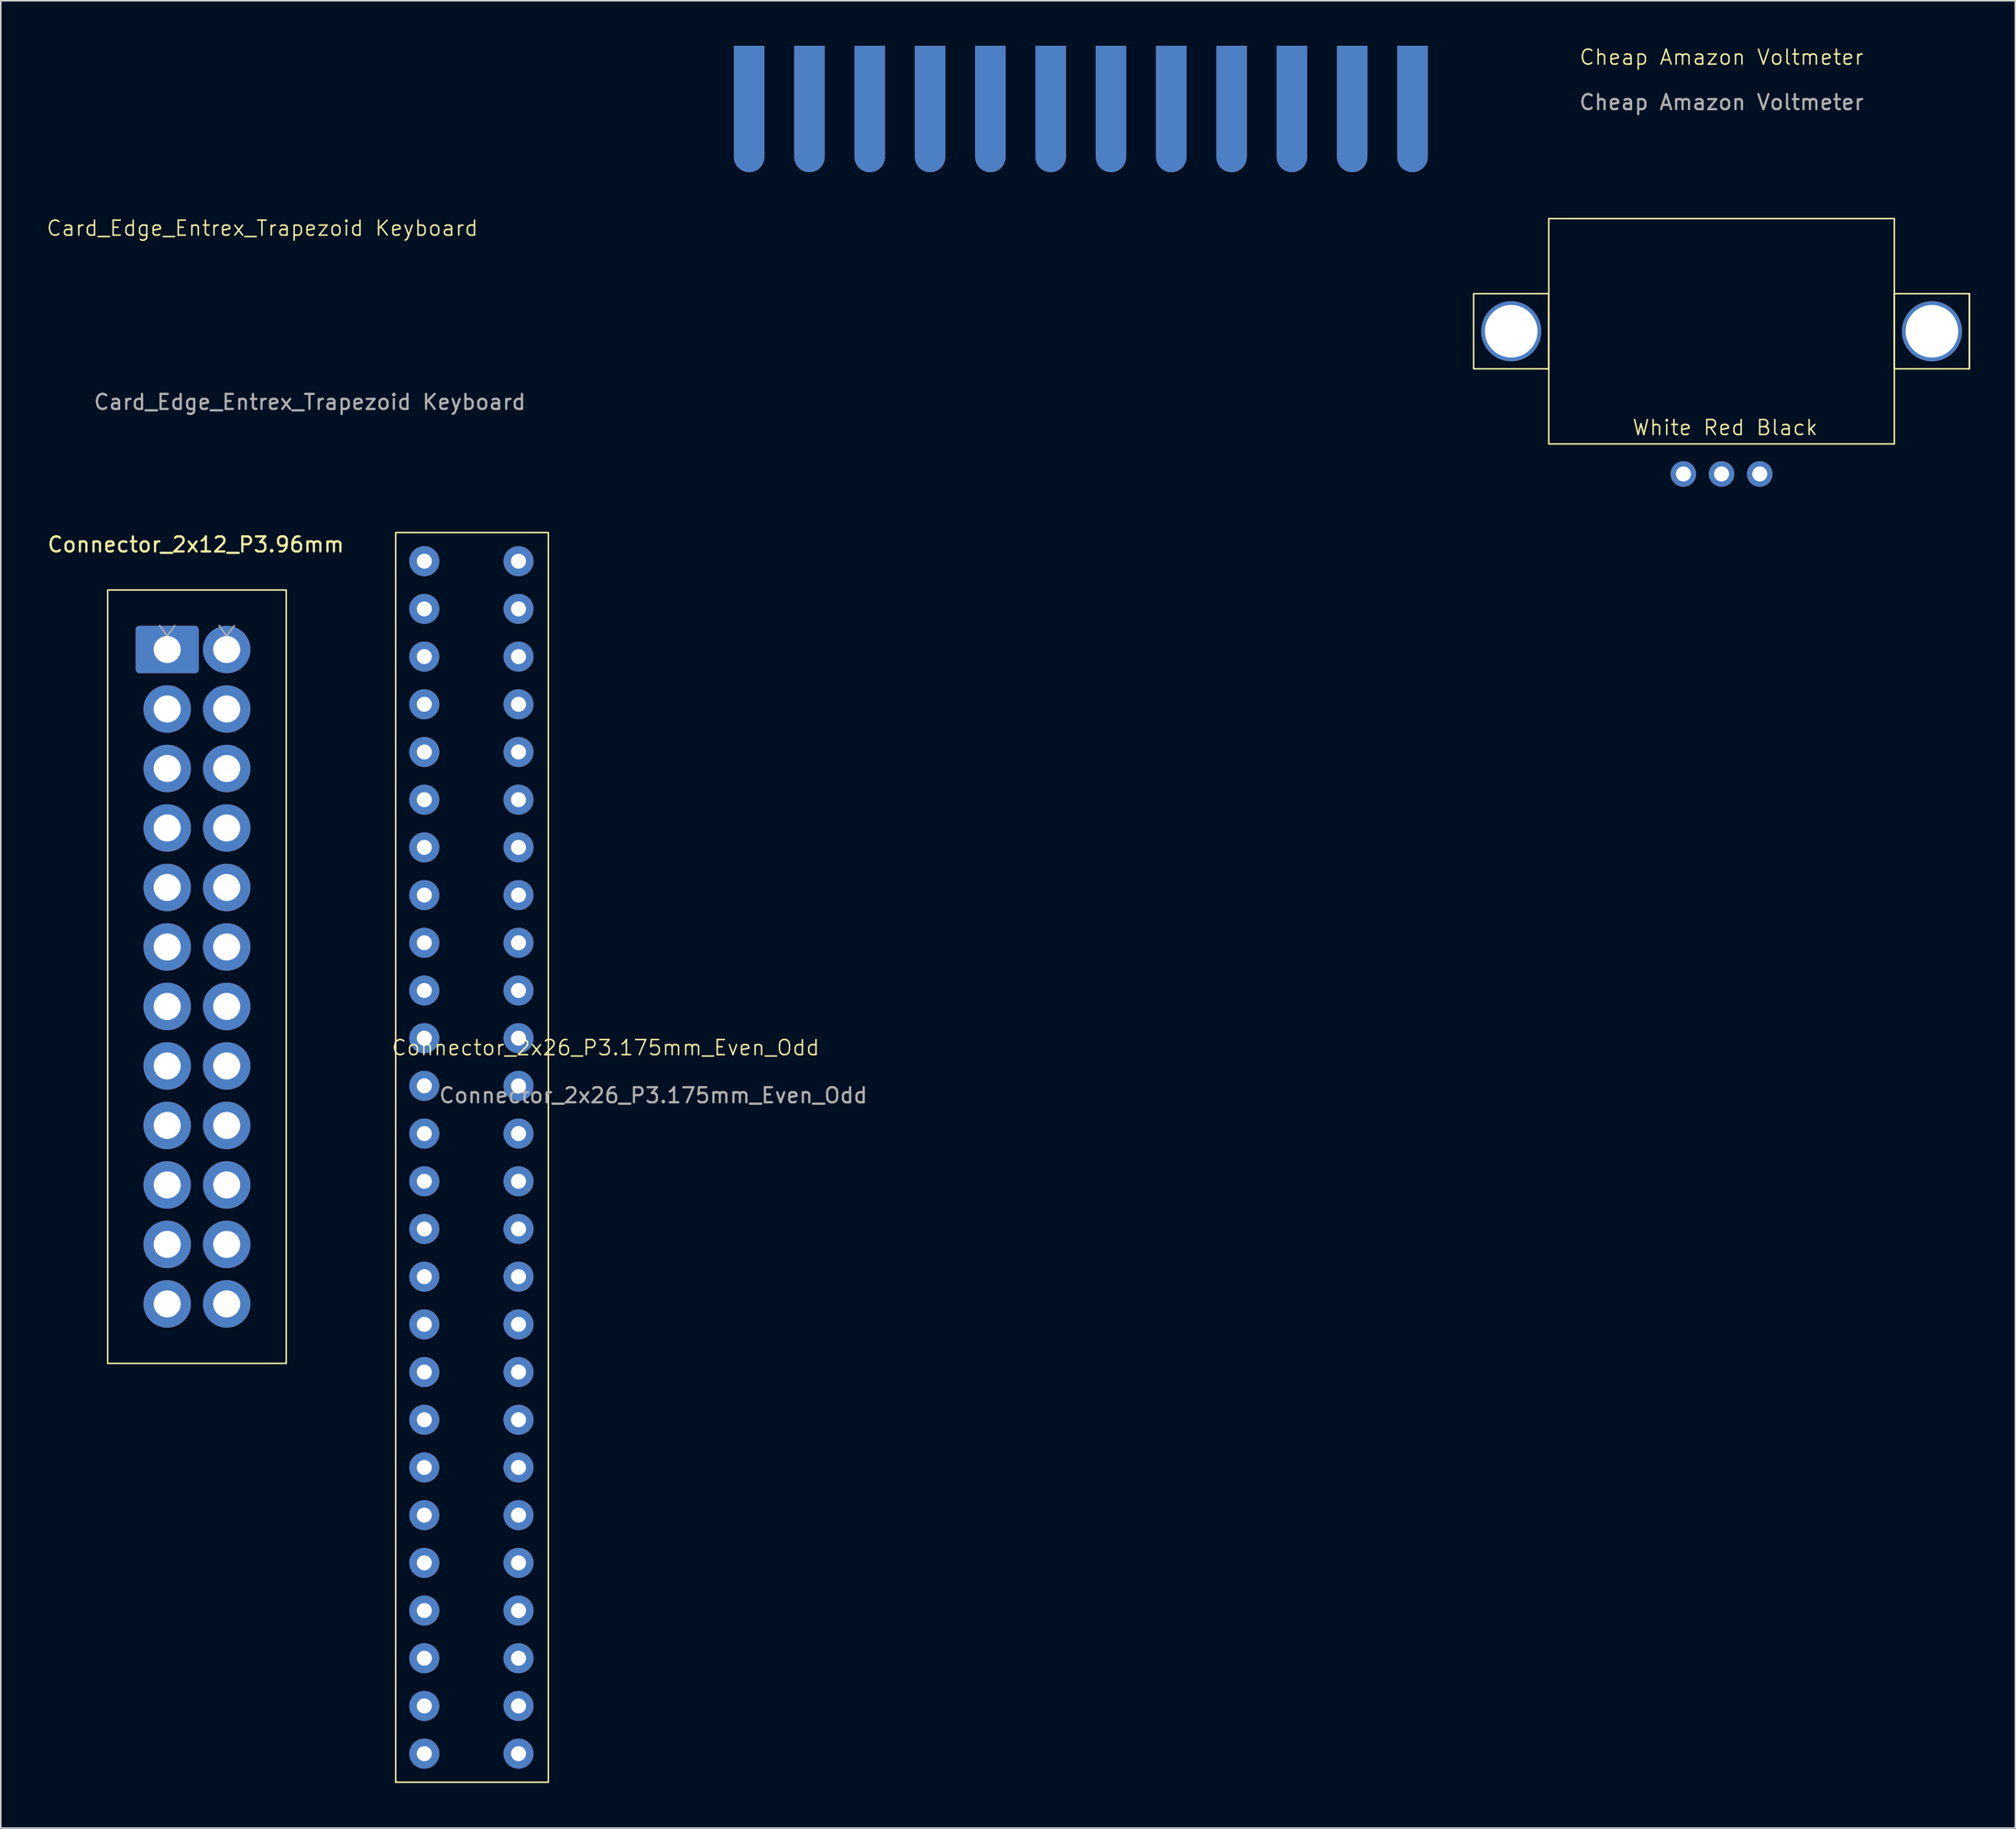
<source format=kicad_pcb>
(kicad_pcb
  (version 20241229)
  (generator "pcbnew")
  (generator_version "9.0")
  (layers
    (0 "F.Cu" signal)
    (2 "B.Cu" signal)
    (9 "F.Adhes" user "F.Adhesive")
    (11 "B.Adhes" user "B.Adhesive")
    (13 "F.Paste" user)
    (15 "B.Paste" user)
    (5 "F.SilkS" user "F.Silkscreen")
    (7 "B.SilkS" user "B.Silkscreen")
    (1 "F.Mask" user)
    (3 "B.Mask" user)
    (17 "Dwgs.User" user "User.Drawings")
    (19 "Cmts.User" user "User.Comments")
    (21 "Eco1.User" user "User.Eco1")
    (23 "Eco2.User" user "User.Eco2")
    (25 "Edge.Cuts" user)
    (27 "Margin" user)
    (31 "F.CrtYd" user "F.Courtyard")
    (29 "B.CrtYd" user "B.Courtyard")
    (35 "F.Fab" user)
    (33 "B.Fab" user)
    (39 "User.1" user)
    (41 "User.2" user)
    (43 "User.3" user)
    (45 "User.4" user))
  (footprint "Card_Edge_Entrex_Trapezoid Keyboard"
    (layer "F.Cu")
    (at 46.806 8.463)
    (property "Reference" "Card_Edge_Entrex_Trapezoid Keyboard" (at -32.399 3.68 0) (unlocked yes) (layer "F.SilkS") (effects (font (size 1 1) (thickness 0.1))))
    (attr smd)
    (fp_text user "${REFERENCE}" (at -29.239 15.25 0) (unlocked yes) (layer "F.Fab") (effects (font (size 1 1) (thickness 0.15))))
    (pad "1" connect custom (at 0 -4.763) (size 2.032 7.4) (layers "F.Cu" "F.Mask") (options (anchor rect)) (primitives (gr_circle (center 0 3.7) (end 1.016 3.7) (width 0) (fill yes))))
    (pad "2" connect custom (at 4.013 -4.763) (size 2.032 7.4) (layers "F.Cu" "F.Mask") (options (anchor rect)) (primitives (gr_circle (center 0 3.7) (end 1.016 3.7) (width 0) (fill yes))))
    (pad "3" connect custom (at 8.026 -4.763) (size 2.032 7.4) (layers "F.Cu" "F.Mask") (options (anchor rect)) (primitives (gr_circle (center 0 3.7) (end 1.016 3.7) (width 0) (fill yes))))
    (pad "4" connect custom (at 12.04 -4.763) (size 2.032 7.4) (layers "F.Cu" "F.Mask") (options (anchor rect)) (primitives (gr_circle (center 0 3.7) (end 1.016 3.7) (width 0) (fill yes))))
    (pad "5" connect custom (at 16.053 -4.763) (size 2.032 7.4) (layers "F.Cu" "F.Mask") (options (anchor rect)) (primitives (gr_circle (center 0 3.7) (end 1.016 3.7) (width 0) (fill yes))))
    (pad "6" connect custom (at 20.066 -4.763) (size 2.032 7.4) (layers "F.Cu" "F.Mask") (options (anchor rect)) (primitives (gr_circle (center 0 3.7) (end 1.016 3.7) (width 0) (fill yes))))
    (pad "7" connect custom (at 24.079 -4.763) (size 2.032 7.4) (layers "F.Cu" "F.Mask") (options (anchor rect)) (primitives (gr_circle (center 0 3.7) (end 1.016 3.7) (width 0) (fill yes))))
    (pad "8" connect custom (at 28.092 -4.763) (size 2.032 7.4) (layers "F.Cu" "F.Mask") (options (anchor rect)) (primitives (gr_circle (center 0 3.7) (end 1.016 3.7) (width 0) (fill yes))))
    (pad "9" connect custom (at 32.106 -4.763) (size 2.032 7.4) (layers "F.Cu" "F.Mask") (options (anchor rect)) (primitives (gr_circle (center 0 3.7) (end 1.016 3.7) (width 0) (fill yes))))
    (pad "10" connect custom (at 36.119 -4.763) (size 2.032 7.4) (layers "F.Cu" "F.Mask") (options (anchor rect)) (primitives (gr_circle (center 0 3.7) (end 1.016 3.7) (width 0) (fill yes))))
    (pad "11" connect custom (at 40.132 -4.763) (size 2.032 7.4) (layers "F.Cu" "F.Mask") (options (anchor rect)) (primitives (gr_circle (center 0 3.7) (end 1.016 3.7) (width 0) (fill yes))))
    (pad "12" connect custom (at 44.145 -4.763) (size 2.032 7.4) (layers "F.Cu" "F.Mask") (options (anchor rect)) (primitives (gr_circle (center 0 3.7) (end 1.016 3.7) (width 0) (fill yes))))
    (pad "13" connect custom (at 0 -4.763) (size 2.032 7.4) (layers "B.Cu" "B.Mask") (options (anchor rect)) (primitives (gr_circle (center 0 3.7) (end 1.016 3.7) (width 0) (fill yes))))
    (pad "14" connect custom (at 4.013 -4.763) (size 2.032 7.4) (layers "B.Cu" "B.Mask") (options (anchor rect)) (primitives (gr_circle (center 0 3.7) (end 1.016 3.7) (width 0) (fill yes))))
    (pad "15" connect custom (at 8.026 -4.763) (size 2.032 7.4) (layers "B.Cu" "B.Mask") (options (anchor rect)) (primitives (gr_circle (center 0 3.7) (end 1.016 3.7) (width 0) (fill yes))))
    (pad "16" connect custom (at 12.04 -4.763) (size 2.032 7.4) (layers "B.Cu" "B.Mask") (options (anchor rect)) (primitives (gr_circle (center 0 3.7) (end 1.016 3.7) (width 0) (fill yes))))
    (pad "17" connect custom (at 16.053 -4.763) (size 2.032 7.4) (layers "B.Cu" "B.Mask") (options (anchor rect)) (primitives (gr_circle (center 0 3.7) (end 1.016 3.7) (width 0) (fill yes))))
    (pad "18" connect custom (at 20.066 -4.763) (size 2.032 7.4) (layers "B.Cu" "B.Mask") (options (anchor rect)) (primitives (gr_circle (center 0 3.7) (end 1.016 3.7) (width 0) (fill yes))))
    (pad "19" connect custom (at 24.079 -4.763) (size 2.032 7.4) (layers "B.Cu" "B.Mask") (options (anchor rect)) (primitives (gr_circle (center 0 3.7) (end 1.016 3.7) (width 0) (fill yes))))
    (pad "20" connect custom (at 28.092 -4.763) (size 2.032 7.4) (layers "B.Cu" "B.Mask") (options (anchor rect)) (primitives (gr_circle (center 0 3.7) (end 1.016 3.7) (width 0) (fill yes))))
    (pad "21" connect custom (at 32.106 -4.763) (size 2.032 7.4) (layers "B.Cu" "B.Mask") (options (anchor rect)) (primitives (gr_circle (center 0 3.7) (end 1.016 3.7) (width 0) (fill yes))))
    (pad "22" connect custom (at 36.119 -4.763) (size 2.032 7.4) (layers "B.Cu" "B.Mask") (options (anchor rect)) (primitives (gr_circle (center 0 3.7) (end 1.016 3.7) (width 0) (fill yes))))
    (pad "23" connect custom (at 40.132 -4.763) (size 2.032 7.4) (layers "B.Cu" "B.Mask") (options (anchor rect)) (primitives (gr_circle (center 0 3.7) (end 1.016 3.7) (width 0) (fill yes))))
    (pad "24" connect custom (at 44.145 -4.763) (size 2.032 7.4) (layers "B.Cu" "B.Mask") (options (anchor rect)) (primitives (gr_circle (center 0 3.7) (end 1.016 3.7) (width 0) (fill yes)))))
  (footprint "Connector_2x12_P3.96mm"
    (layer "F.Cu")
    (at 8.077 40.184)
    (property "Reference" "Connector_2x12_P3.96mm" (at 1.905 -6.985 0) (layer "F.SilkS") (effects (font (size 1 1) (thickness 0.15))))
    (attr through_hole)
    (fp_rect (start -3.96 -3.96) (end 7.92 47.52) (stroke (width 0.1) (type default)) (fill no) (layer "F.SilkS"))
    (fp_line (start 0 -0.893) (end -0.5 -1.6) (stroke (width 0.1) (type solid)) (layer "F.Fab"))
    (fp_line (start 0.5 -1.6) (end 0 -0.893) (stroke (width 0.1) (type solid)) (layer "F.Fab"))
    (fp_line (start 3.96 -0.893) (end 3.46 -1.6) (stroke (width 0.1) (type solid)) (layer "F.Fab"))
    (fp_line (start 4.46 -1.6) (end 3.96 -0.893) (stroke (width 0.1) (type solid)) (layer "F.Fab"))
    (pad "1" thru_hole roundrect (at 0 0 270) (size 3.16 4.2) (drill 1.8) (layers "*.Cu" "*.Mask") (roundrect_rratio 0.079))
    (pad "2" thru_hole circle (at 0 3.96 270) (size 3.16 3.16) (drill 1.8) (layers "*.Cu" "*.Mask"))
    (pad "3" thru_hole circle (at 0 7.92 270) (size 3.16 3.16) (drill 1.8) (layers "*.Cu" "*.Mask"))
    (pad "4" thru_hole circle (at 0 11.88 270) (size 3.16 3.16) (drill 1.8) (layers "*.Cu" "*.Mask"))
    (pad "5" thru_hole circle (at 0 15.84 270) (size 3.16 3.16) (drill 1.8) (layers "*.Cu" "*.Mask"))
    (pad "6" thru_hole circle (at 0 19.8 270) (size 3.16 3.16) (drill 1.8) (layers "*.Cu" "*.Mask"))
    (pad "7" thru_hole circle (at 0 23.76 270) (size 3.16 3.16) (drill 1.8) (layers "*.Cu" "*.Mask"))
    (pad "8" thru_hole circle (at 0 27.72 270) (size 3.16 3.16) (drill 1.8) (layers "*.Cu" "*.Mask"))
    (pad "9" thru_hole circle (at 0 31.68 270) (size 3.16 3.16) (drill 1.8) (layers "*.Cu" "*.Mask"))
    (pad "10" thru_hole circle (at 0 35.64 270) (size 3.16 3.16) (drill 1.8) (layers "*.Cu" "*.Mask"))
    (pad "11" thru_hole circle (at 0 39.6 270) (size 3.16 3.16) (drill 1.8) (layers "*.Cu" "*.Mask"))
    (pad "12" thru_hole circle (at 0 43.56 270) (size 3.16 3.16) (drill 1.8) (layers "*.Cu" "*.Mask"))
    (pad "13" thru_hole circle (at 3.96 0 270) (size 3.16 3.16) (drill 1.8) (layers "*.Cu" "*.Mask"))
    (pad "14" thru_hole circle (at 3.96 3.96 270) (size 3.16 3.16) (drill 1.8) (layers "*.Cu" "*.Mask"))
    (pad "15" thru_hole circle (at 3.96 7.92 270) (size 3.16 3.16) (drill 1.8) (layers "*.Cu" "*.Mask"))
    (pad "16" thru_hole circle (at 3.96 11.88 270) (size 3.16 3.16) (drill 1.8) (layers "*.Cu" "*.Mask"))
    (pad "17" thru_hole circle (at 3.96 15.84 270) (size 3.16 3.16) (drill 1.8) (layers "*.Cu" "*.Mask"))
    (pad "18" thru_hole circle (at 3.96 19.8 270) (size 3.16 3.16) (drill 1.8) (layers "*.Cu" "*.Mask"))
    (pad "19" thru_hole circle (at 3.96 23.76 270) (size 3.16 3.16) (drill 1.8) (layers "*.Cu" "*.Mask"))
    (pad "20" thru_hole circle (at 3.96 27.72 270) (size 3.16 3.16) (drill 1.8) (layers "*.Cu" "*.Mask"))
    (pad "21" thru_hole circle (at 3.96 31.68 270) (size 3.16 3.16) (drill 1.8) (layers "*.Cu" "*.Mask"))
    (pad "22" thru_hole circle (at 3.96 35.64 270) (size 3.16 3.16) (drill 1.8) (layers "*.Cu" "*.Mask"))
    (pad "23" thru_hole circle (at 3.96 39.6 270) (size 3.16 3.16) (drill 1.8) (layers "*.Cu" "*.Mask"))
    (pad "24" thru_hole circle (at 3.96 43.56 270) (size 3.16 3.16) (drill 1.8) (layers "*.Cu" "*.Mask")))
  (footprint "Connector_2x26_P3.175mm_Even_Odd"
    (layer "F.Cu")
    (at 28.362 72.406)
    (property "Reference" "Connector_2x26_P3.175mm_Even_Odd" (at 8.89 -5.715 0) (unlocked yes) (layer "F.SilkS") (effects (font (size 1 1) (thickness 0.1))))
    (attr through_hole)
    (fp_rect (start -5.08 -40.005) (end 5.08 43.18) (stroke (width 0.1) (type default)) (fill no) (layer "F.SilkS"))
    (fp_text user "${REFERENCE}" (at 12.065 -2.54 0) (unlocked yes) (layer "F.Fab") (effects (font (size 1 1) (thickness 0.15))))
    (pad "1" thru_hole circle (at -3.175 -38.1) (size 2 2) (drill 1) (layers "*.Cu" "*.Mask"))
    (pad "2" thru_hole circle (at 3.095 -38.1) (size 2 2) (drill 1) (layers "*.Cu" "*.Mask"))
    (pad "3" thru_hole circle (at -3.175 -34.925) (size 2 2) (drill 1) (layers "*.Cu" "*.Mask"))
    (pad "4" thru_hole circle (at 3.095 -34.925) (size 2 2) (drill 1) (layers "*.Cu" "*.Mask"))
    (pad "5" thru_hole circle (at -3.175 -31.75) (size 2 2) (drill 1) (layers "*.Cu" "*.Mask"))
    (pad "6" thru_hole circle (at 3.095 -31.75) (size 2 2) (drill 1) (layers "*.Cu" "*.Mask"))
    (pad "7" thru_hole circle (at -3.175 -28.575) (size 2 2) (drill 1) (layers "*.Cu" "*.Mask"))
    (pad "8" thru_hole circle (at 3.095 -28.575) (size 2 2) (drill 1) (layers "*.Cu" "*.Mask"))
    (pad "9" thru_hole circle (at -3.175 -25.4) (size 2 2) (drill 1) (layers "*.Cu" "*.Mask"))
    (pad "10" thru_hole circle (at 3.095 -25.4) (size 2 2) (drill 1) (layers "*.Cu" "*.Mask"))
    (pad "11" thru_hole circle (at -3.175 -22.225) (size 2 2) (drill 1) (layers "*.Cu" "*.Mask"))
    (pad "12" thru_hole circle (at 3.095 -22.225) (size 2 2) (drill 1) (layers "*.Cu" "*.Mask"))
    (pad "13" thru_hole circle (at -3.175 -19.05) (size 2 2) (drill 1) (layers "*.Cu" "*.Mask"))
    (pad "14" thru_hole circle (at 3.095 -19.05) (size 2 2) (drill 1) (layers "*.Cu" "*.Mask"))
    (pad "15" thru_hole circle (at -3.175 -15.875) (size 2 2) (drill 1) (layers "*.Cu" "*.Mask"))
    (pad "16" thru_hole circle (at 3.095 -15.875) (size 2 2) (drill 1) (layers "*.Cu" "*.Mask"))
    (pad "17" thru_hole circle (at -3.175 -12.7) (size 2 2) (drill 1) (layers "*.Cu" "*.Mask"))
    (pad "18" thru_hole circle (at 3.095 -12.7) (size 2 2) (drill 1) (layers "*.Cu" "*.Mask"))
    (pad "19" thru_hole circle (at -3.175 -9.525) (size 2 2) (drill 1) (layers "*.Cu" "*.Mask"))
    (pad "20" thru_hole circle (at 3.095 -9.525) (size 2 2) (drill 1) (layers "*.Cu" "*.Mask"))
    (pad "21" thru_hole circle (at -3.175 -6.35) (size 2 2) (drill 1) (layers "*.Cu" "*.Mask"))
    (pad "22" thru_hole circle (at 3.095 -6.35) (size 2 2) (drill 1) (layers "*.Cu" "*.Mask"))
    (pad "23" thru_hole circle (at -3.175 -3.175) (size 2 2) (drill 1) (layers "*.Cu" "*.Mask"))
    (pad "24" thru_hole circle (at 3.095 -3.175) (size 2 2) (drill 1) (layers "*.Cu" "*.Mask"))
    (pad "25" thru_hole circle (at -3.175 0) (size 2 2) (drill 1) (layers "*.Cu" "*.Mask"))
    (pad "26" thru_hole circle (at 3.095 0) (size 2 2) (drill 1) (layers "*.Cu" "*.Mask"))
    (pad "27" thru_hole circle (at -3.175 3.175) (size 2 2) (drill 1) (layers "*.Cu" "*.Mask"))
    (pad "28" thru_hole circle (at 3.095 3.175) (size 2 2) (drill 1) (layers "*.Cu" "*.Mask"))
    (pad "29" thru_hole circle (at -3.175 6.35) (size 2 2) (drill 1) (layers "*.Cu" "*.Mask"))
    (pad "30" thru_hole circle (at 3.095 6.35) (size 2 2) (drill 1) (layers "*.Cu" "*.Mask"))
    (pad "31" thru_hole circle (at -3.175 9.525) (size 2 2) (drill 1) (layers "*.Cu" "*.Mask"))
    (pad "32" thru_hole circle (at 3.095 9.525) (size 2 2) (drill 1) (layers "*.Cu" "*.Mask"))
    (pad "33" thru_hole circle (at -3.175 12.7) (size 2 2) (drill 1) (layers "*.Cu" "*.Mask"))
    (pad "34" thru_hole circle (at 3.095 12.7) (size 2 2) (drill 1) (layers "*.Cu" "*.Mask"))
    (pad "35" thru_hole circle (at -3.175 15.875) (size 2 2) (drill 1) (layers "*.Cu" "*.Mask"))
    (pad "36" thru_hole circle (at 3.095 15.875) (size 2 2) (drill 1) (layers "*.Cu" "*.Mask"))
    (pad "37" thru_hole circle (at -3.175 19.05) (size 2 2) (drill 1) (layers "*.Cu" "*.Mask"))
    (pad "38" thru_hole circle (at 3.095 19.05) (size 2 2) (drill 1) (layers "*.Cu" "*.Mask"))
    (pad "39" thru_hole circle (at -3.175 22.225) (size 2 2) (drill 1) (layers "*.Cu" "*.Mask"))
    (pad "40" thru_hole circle (at 3.095 22.225) (size 2 2) (drill 1) (layers "*.Cu" "*.Mask"))
    (pad "41" thru_hole circle (at -3.175 25.4) (size 2 2) (drill 1) (layers "*.Cu" "*.Mask"))
    (pad "42" thru_hole circle (at 3.095 25.4) (size 2 2) (drill 1) (layers "*.Cu" "*.Mask"))
    (pad "43" thru_hole circle (at -3.175 28.575) (size 2 2) (drill 1) (layers "*.Cu" "*.Mask"))
    (pad "44" thru_hole circle (at 3.095 28.575) (size 2 2) (drill 1) (layers "*.Cu" "*.Mask"))
    (pad "45" thru_hole circle (at -3.175 31.75) (size 2 2) (drill 1) (layers "*.Cu" "*.Mask"))
    (pad "46" thru_hole circle (at 3.095 31.75) (size 2 2) (drill 1) (layers "*.Cu" "*.Mask"))
    (pad "47" thru_hole circle (at -3.175 34.925) (size 2 2) (drill 1) (layers "*.Cu" "*.Mask"))
    (pad "48" thru_hole circle (at 3.095 34.925) (size 2 2) (drill 1) (layers "*.Cu" "*.Mask"))
    (pad "49" thru_hole circle (at -3.175 38.1) (size 2 2) (drill 1) (layers "*.Cu" "*.Mask"))
    (pad "50" thru_hole circle (at 3.095 38.1) (size 2 2) (drill 1) (layers "*.Cu" "*.Mask"))
    (pad "51" thru_hole circle (at -3.175 41.275) (size 2 2) (drill 1) (layers "*.Cu" "*.Mask"))
    (pad "52" thru_hole circle (at 3.095 41.275) (size 2 2) (drill 1) (layers "*.Cu" "*.Mask")))
  (footprint "Cheap Amazon Voltmeter"
    (layer "F.Cu")
    (at 111.518 19)
    (property "Reference" "Cheap Amazon Voltmeter" (at 0 -18.24 0) (unlocked yes) (layer "F.SilkS") (effects (font (size 1 1) (thickness 0.1))))
    (attr through_hole)
    (fp_rect (start -11.5 -7.5) (end 11.5 7.5) (stroke (width 0.1) (type default)) (fill no) (layer "F.SilkS"))
    (fp_rect (start -11.5 -2.5) (end -16.5 2.5) (stroke (width 0.1) (type default)) (fill no) (layer "F.SilkS"))
    (fp_rect (start 16.5 -2.5) (end 11.5 2.5) (stroke (width 0.1) (type default)) (fill no) (layer "F.SilkS"))
    (fp_rect (start 16.5 2.5) (end 16.5 -2.5) (stroke (width 0.1) (type default)) (fill no) (layer "F.SilkS"))
    (fp_text user "White Red Black" (at -6 7 0) (unlocked yes) (layer "F.SilkS") (effects (font (size 1 1) (thickness 0.1)) (justify left bottom)))
    (fp_text user "${REFERENCE}" (at 0 -15.24 0) (unlocked yes) (layer "F.Fab") (effects (font (size 1 1) (thickness 0.15))))
    (pad "1" thru_hole oval (at 2.54 9.5 270) (size 1.7 1.7) (drill 1) (layers "*.Cu" "*.Mask"))
    (pad "2" thru_hole oval (at 0 9.5 270) (size 1.7 1.7) (drill 1) (layers "*.Cu" "*.Mask"))
    (pad "3" thru_hole oval (at -2.54 9.5 270) (size 1.7 1.7) (drill 1) (layers "*.Cu" "*.Mask"))
    (pad "4" thru_hole circle (at -14 0 270) (size 4 4) (drill 3.5) (layers "*.Cu" "*.Mask"))
    (pad "5" thru_hole circle (at 14 0 270) (size 4 4) (drill 3.5) (layers "*.Cu" "*.Mask")))
  (gr_rect
    (start -3 -3)
    (end 131.068 118.635)
    (stroke (width 0.1) (type default))
    (fill no)
    (layer "Edge.Cuts")))
</source>
